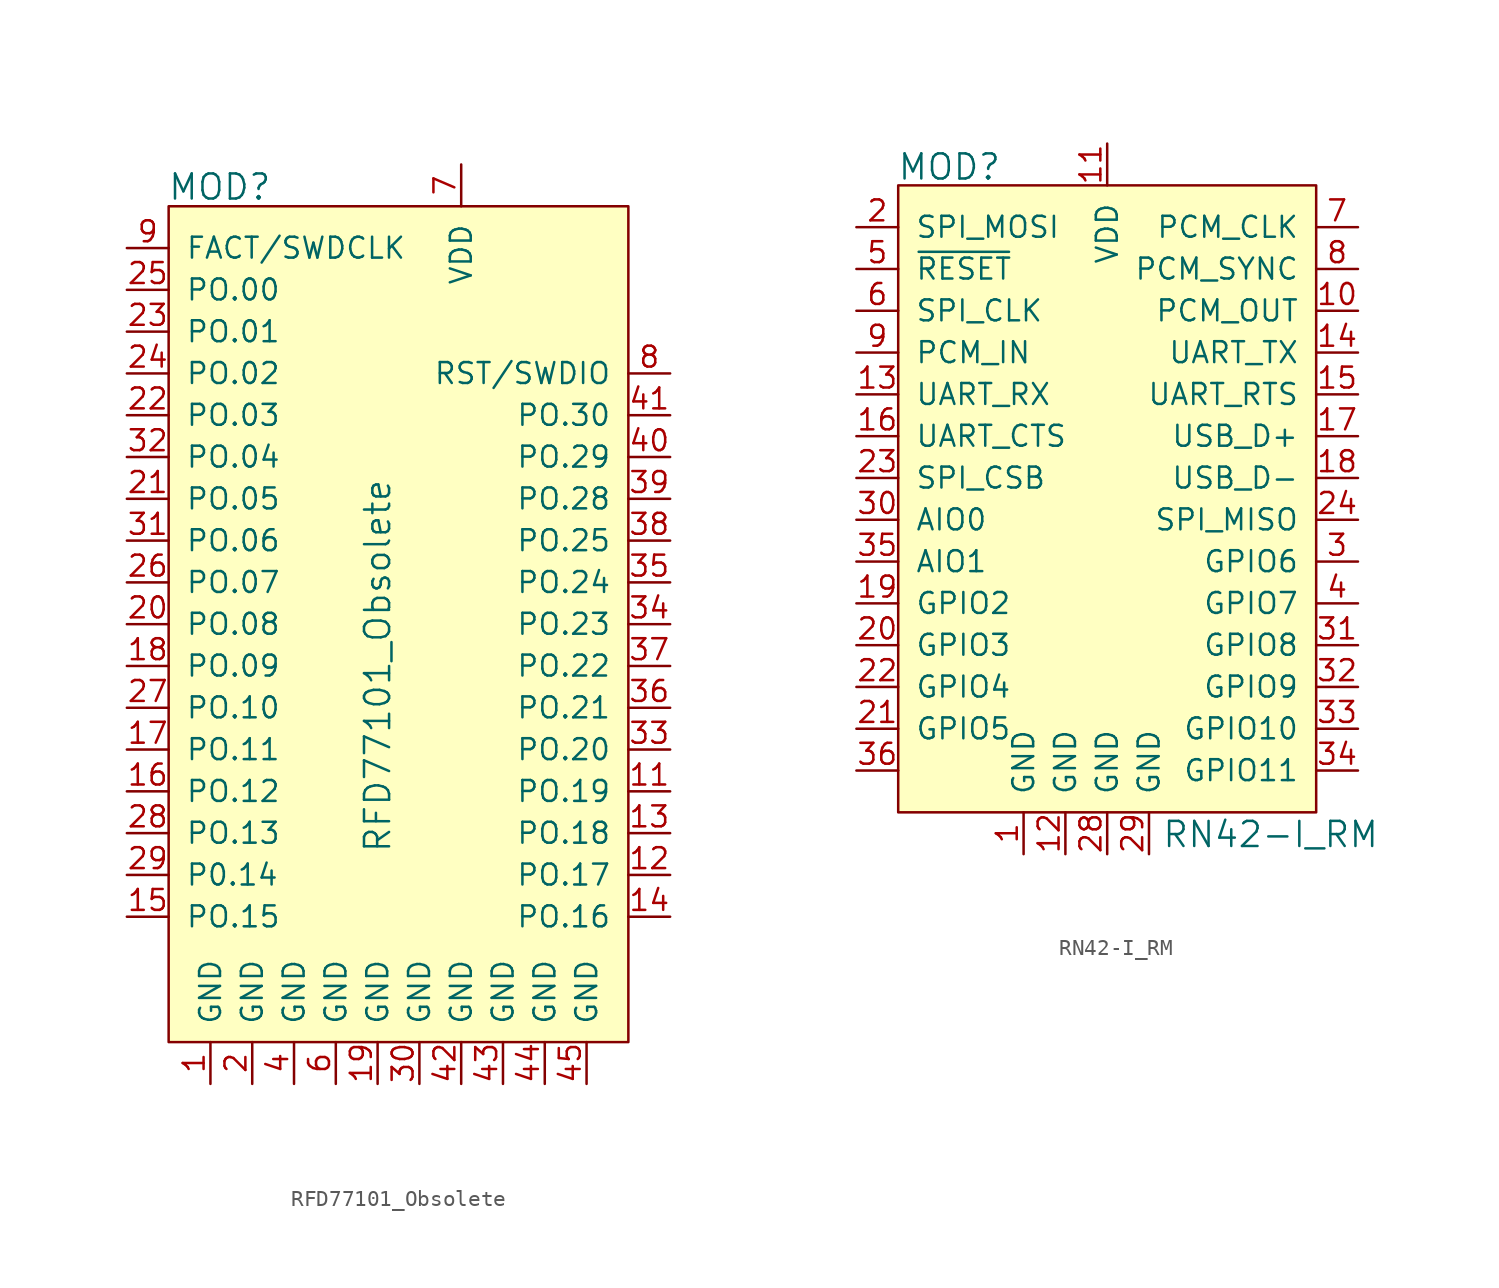
<source format=kicad_sym>
(kicad_symbol_lib
  (version 20231120)
  (generator "kicad_symbol_editor")
  (generator_version "8.0")
  (symbol "RFD77101_Obsolete"
    (pin_names
      (offset 1.016))
    (property "Reference" "MOD"
      (at -15.316 16.408 0)
      (effects (font (size 1.524 1.524)) (justify left)))
    (property "Value" "RFD77101_Obsolete"
      (at -2.54 -12.7 90)
      (effects (font (size 1.524 1.524))))
    (symbol "RFD77101_Obsolete_1_0"
      (pin bidirectional line (at -17.78 -25.4 0) (length 2.54) (name "P0.14" (effects (font (size 1.27 1.27)))) (number "29" (effects (font (size 1.27 1.27))))))
    (symbol "RFD77101_Obsolete_1_1"
      (rectangle (start -15.24 15.24) (end 12.7 -35.56) (stroke (width 0) (type solid)) (fill (type background)))
      (pin power_in line (at -12.7 -38.1 90) (length 2.54) (name "GND" (effects (font (size 1.27 1.27)))) (number "1" (effects (font (size 1.27 1.27)))))
      (pin no_connect line (at 15.24 12.7 180) (length 2.54) hide (name "DNC" (effects (font (size 1.27 1.27)))) (number "10" (effects (font (size 1.27 1.27)))))
      (pin bidirectional line (at 15.24 -20.32 180) (length 2.54) (name "PO.19" (effects (font (size 1.27 1.27)))) (number "11" (effects (font (size 1.27 1.27)))))
      (pin bidirectional line (at 15.24 -25.4 180) (length 2.54) (name "PO.17" (effects (font (size 1.27 1.27)))) (number "12" (effects (font (size 1.27 1.27)))))
      (pin bidirectional line (at 15.24 -22.86 180) (length 2.54) (name "PO.18" (effects (font (size 1.27 1.27)))) (number "13" (effects (font (size 1.27 1.27)))))
      (pin bidirectional line (at 15.24 -27.94 180) (length 2.54) (name "PO.16" (effects (font (size 1.27 1.27)))) (number "14" (effects (font (size 1.27 1.27)))))
      (pin bidirectional line (at -17.78 -27.94 0) (length 2.54) (name "PO.15" (effects (font (size 1.27 1.27)))) (number "15" (effects (font (size 1.27 1.27)))))
      (pin bidirectional line (at -17.78 -20.32 0) (length 2.54) (name "PO.12" (effects (font (size 1.27 1.27)))) (number "16" (effects (font (size 1.27 1.27)))))
      (pin bidirectional line (at -17.78 -17.78 0) (length 2.54) (name "PO.11" (effects (font (size 1.27 1.27)))) (number "17" (effects (font (size 1.27 1.27)))))
      (pin bidirectional line (at -17.78 -12.7 0) (length 2.54) (name "PO.09" (effects (font (size 1.27 1.27)))) (number "18" (effects (font (size 1.27 1.27)))))
      (pin power_in line (at -2.54 -38.1 90) (length 2.54) (name "GND" (effects (font (size 1.27 1.27)))) (number "19" (effects (font (size 1.27 1.27)))))
      (pin power_in line (at -10.16 -38.1 90) (length 2.54) (name "GND" (effects (font (size 1.27 1.27)))) (number "2" (effects (font (size 1.27 1.27)))))
      (pin bidirectional line (at -17.78 -10.16 0) (length 2.54) (name "PO.08" (effects (font (size 1.27 1.27)))) (number "20" (effects (font (size 1.27 1.27)))))
      (pin bidirectional line (at -17.78 -2.54 0) (length 2.54) (name "PO.05" (effects (font (size 1.27 1.27)))) (number "21" (effects (font (size 1.27 1.27)))))
      (pin bidirectional line (at -17.78 2.54 0) (length 2.54) (name "PO.03" (effects (font (size 1.27 1.27)))) (number "22" (effects (font (size 1.27 1.27)))))
      (pin bidirectional line (at -17.78 7.62 0) (length 2.54) (name "PO.01" (effects (font (size 1.27 1.27)))) (number "23" (effects (font (size 1.27 1.27)))))
      (pin bidirectional line (at -17.78 5.08 0) (length 2.54) (name "PO.02" (effects (font (size 1.27 1.27)))) (number "24" (effects (font (size 1.27 1.27)))))
      (pin bidirectional line (at -17.78 10.16 0) (length 2.54) (name "PO.00" (effects (font (size 1.27 1.27)))) (number "25" (effects (font (size 1.27 1.27)))))
      (pin bidirectional line (at -17.78 -7.62 0) (length 2.54) (name "PO.07" (effects (font (size 1.27 1.27)))) (number "26" (effects (font (size 1.27 1.27)))))
      (pin bidirectional line (at -17.78 -15.24 0) (length 2.54) (name "PO.10" (effects (font (size 1.27 1.27)))) (number "27" (effects (font (size 1.27 1.27)))))
      (pin bidirectional line (at -17.78 -22.86 0) (length 2.54) (name "PO.13" (effects (font (size 1.27 1.27)))) (number "28" (effects (font (size 1.27 1.27)))))
      (pin no_connect line (at 15.24 7.62 180) (length 2.54) hide (name "DNC" (effects (font (size 1.27 1.27)))) (number "3" (effects (font (size 1.27 1.27)))))
      (pin power_in line (at 0 -38.1 90) (length 2.54) (name "GND" (effects (font (size 1.27 1.27)))) (number "30" (effects (font (size 1.27 1.27)))))
      (pin bidirectional line (at -17.78 -5.08 0) (length 2.54) (name "PO.06" (effects (font (size 1.27 1.27)))) (number "31" (effects (font (size 1.27 1.27)))))
      (pin bidirectional line (at -17.78 0 0) (length 2.54) (name "PO.04" (effects (font (size 1.27 1.27)))) (number "32" (effects (font (size 1.27 1.27)))))
      (pin bidirectional line (at 15.24 -17.78 180) (length 2.54) (name "PO.20" (effects (font (size 1.27 1.27)))) (number "33" (effects (font (size 1.27 1.27)))))
      (pin bidirectional line (at 15.24 -10.16 180) (length 2.54) (name "PO.23" (effects (font (size 1.27 1.27)))) (number "34" (effects (font (size 1.27 1.27)))))
      (pin bidirectional line (at 15.24 -7.62 180) (length 2.54) (name "PO.24" (effects (font (size 1.27 1.27)))) (number "35" (effects (font (size 1.27 1.27)))))
      (pin bidirectional line (at 15.24 -15.24 180) (length 2.54) (name "PO.21" (effects (font (size 1.27 1.27)))) (number "36" (effects (font (size 1.27 1.27)))))
      (pin bidirectional line (at 15.24 -12.7 180) (length 2.54) (name "PO.22" (effects (font (size 1.27 1.27)))) (number "37" (effects (font (size 1.27 1.27)))))
      (pin bidirectional line (at 15.24 -5.08 180) (length 2.54) (name "PO.25" (effects (font (size 1.27 1.27)))) (number "38" (effects (font (size 1.27 1.27)))))
      (pin bidirectional line (at 15.24 -2.54 180) (length 2.54) (name "PO.28" (effects (font (size 1.27 1.27)))) (number "39" (effects (font (size 1.27 1.27)))))
      (pin power_in line (at -7.62 -38.1 90) (length 2.54) (name "GND" (effects (font (size 1.27 1.27)))) (number "4" (effects (font (size 1.27 1.27)))))
      (pin bidirectional line (at 15.24 0 180) (length 2.54) (name "PO.29" (effects (font (size 1.27 1.27)))) (number "40" (effects (font (size 1.27 1.27)))))
      (pin bidirectional line (at 15.24 2.54 180) (length 2.54) (name "PO.30" (effects (font (size 1.27 1.27)))) (number "41" (effects (font (size 1.27 1.27)))))
      (pin power_in line (at 2.54 -38.1 90) (length 2.54) (name "GND" (effects (font (size 1.27 1.27)))) (number "42" (effects (font (size 1.27 1.27)))))
      (pin power_in line (at 5.08 -38.1 90) (length 2.54) (name "GND" (effects (font (size 1.27 1.27)))) (number "43" (effects (font (size 1.27 1.27)))))
      (pin power_in line (at 7.62 -38.1 90) (length 2.54) (name "GND" (effects (font (size 1.27 1.27)))) (number "44" (effects (font (size 1.27 1.27)))))
      (pin power_in line (at 10.16 -38.1 90) (length 2.54) (name "GND" (effects (font (size 1.27 1.27)))) (number "45" (effects (font (size 1.27 1.27)))))
      (pin no_connect line (at 15.24 10.16 180) (length 2.54) hide (name "DNC" (effects (font (size 1.27 1.27)))) (number "5" (effects (font (size 1.27 1.27)))))
      (pin power_in line (at -5.08 -38.1 90) (length 2.54) (name "GND" (effects (font (size 1.27 1.27)))) (number "6" (effects (font (size 1.27 1.27)))))
      (pin power_in line (at 2.54 17.78 270) (length 2.54) (name "VDD" (effects (font (size 1.27 1.27)))) (number "7" (effects (font (size 1.27 1.27)))))
      (pin bidirectional line (at 15.24 5.08 180) (length 2.54) (name "RST/SWDIO" (effects (font (size 1.27 1.27)))) (number "8" (effects (font (size 1.27 1.27)))))
      (pin input line (at -17.78 12.7 0) (length 2.54) (name "FACT/SWDCLK" (effects (font (size 1.27 1.27)))) (number "9" (effects (font (size 1.27 1.27)))))))
  (symbol "RN42-I_RM"
    (pin_names
      (offset 1.016))
    (property "Reference" "MOD"
      (at -12.776 29.058 0)
      (effects (font (size 1.524 1.524)) (justify left)))
    (property "Value" "RN42-I_RM"
      (at 3.302 -11.506 0)
      (effects (font (size 1.524 1.524)) (justify left)))
    (symbol "RN42-I_RM_0_1"
      (rectangle (start -12.7 27.94) (end 12.7 -10.16) (stroke (width 0) (type solid)) (fill (type background))))
    (symbol "RN42-I_RM_1_0"
      (pin unspecified line (at -15.24 -7.62 0) (length 2.54) (name "~" (effects (font (size 1.27 1.27)))) (number "36" (effects (font (size 1.27 1.27))))))
    (symbol "RN42-I_RM_1_1"
      (pin power_in line (at -5.08 -12.7 90) (length 2.54) (name "GND" (effects (font (size 1.27 1.27)))) (number "1" (effects (font (size 1.27 1.27)))))
      (pin output line (at 15.24 20.32 180) (length 2.54) (name "PCM_OUT" (effects (font (size 1.27 1.27)))) (number "10" (effects (font (size 1.27 1.27)))))
      (pin power_in line (at 0 30.48 270) (length 2.54) (name "VDD" (effects (font (size 1.27 1.27)))) (number "11" (effects (font (size 1.27 1.27)))))
      (pin power_in line (at -2.54 -12.7 90) (length 2.54) (name "GND" (effects (font (size 1.27 1.27)))) (number "12" (effects (font (size 1.27 1.27)))))
      (pin input line (at -15.24 15.24 0) (length 2.54) (name "UART_RX" (effects (font (size 1.27 1.27)))) (number "13" (effects (font (size 1.27 1.27)))))
      (pin output line (at 15.24 17.78 180) (length 2.54) (name "UART_TX" (effects (font (size 1.27 1.27)))) (number "14" (effects (font (size 1.27 1.27)))))
      (pin output line (at 15.24 15.24 180) (length 2.54) (name "UART_RTS" (effects (font (size 1.27 1.27)))) (number "15" (effects (font (size 1.27 1.27)))))
      (pin input line (at -15.24 12.7 0) (length 2.54) (name "UART_CTS" (effects (font (size 1.27 1.27)))) (number "16" (effects (font (size 1.27 1.27)))))
      (pin bidirectional line (at 15.24 12.7 180) (length 2.54) (name "USB_D+" (effects (font (size 1.27 1.27)))) (number "17" (effects (font (size 1.27 1.27)))))
      (pin bidirectional line (at 15.24 10.16 180) (length 2.54) (name "USB_D-" (effects (font (size 1.27 1.27)))) (number "18" (effects (font (size 1.27 1.27)))))
      (pin bidirectional line (at -15.24 2.54 0) (length 2.54) (name "GPIO2" (effects (font (size 1.27 1.27)))) (number "19" (effects (font (size 1.27 1.27)))))
      (pin input line (at -15.24 25.4 0) (length 2.54) (name "SPI_MOSI" (effects (font (size 1.27 1.27)))) (number "2" (effects (font (size 1.27 1.27)))))
      (pin bidirectional line (at -15.24 0 0) (length 2.54) (name "GPIO3" (effects (font (size 1.27 1.27)))) (number "20" (effects (font (size 1.27 1.27)))))
      (pin bidirectional line (at -15.24 -5.08 0) (length 2.54) (name "GPIO5" (effects (font (size 1.27 1.27)))) (number "21" (effects (font (size 1.27 1.27)))))
      (pin bidirectional line (at -15.24 -2.54 0) (length 2.54) (name "GPIO4" (effects (font (size 1.27 1.27)))) (number "22" (effects (font (size 1.27 1.27)))))
      (pin bidirectional line (at -15.24 10.16 0) (length 2.54) (name "SPI_CSB" (effects (font (size 1.27 1.27)))) (number "23" (effects (font (size 1.27 1.27)))))
      (pin bidirectional line (at 15.24 7.62 180) (length 2.54) (name "SPI_MISO" (effects (font (size 1.27 1.27)))) (number "24" (effects (font (size 1.27 1.27)))))
      (pin power_in line (at 0 -12.7 90) (length 2.54) (name "GND" (effects (font (size 1.27 1.27)))) (number "28" (effects (font (size 1.27 1.27)))))
      (pin power_in line (at 2.54 -12.7 90) (length 2.54) (name "GND" (effects (font (size 1.27 1.27)))) (number "29" (effects (font (size 1.27 1.27)))))
      (pin input line (at 15.24 5.08 180) (length 2.54) (name "GPIO6" (effects (font (size 1.27 1.27)))) (number "3" (effects (font (size 1.27 1.27)))))
      (pin input line (at -15.24 7.62 0) (length 2.54) (name "AIO0" (effects (font (size 1.27 1.27)))) (number "30" (effects (font (size 1.27 1.27)))))
      (pin output line (at 15.24 0 180) (length 2.54) (name "GPIO8" (effects (font (size 1.27 1.27)))) (number "31" (effects (font (size 1.27 1.27)))))
      (pin bidirectional line (at 15.24 -2.54 180) (length 2.54) (name "GPIO9" (effects (font (size 1.27 1.27)))) (number "32" (effects (font (size 1.27 1.27)))))
      (pin bidirectional line (at 15.24 -5.08 180) (length 2.54) (name "GPIO10" (effects (font (size 1.27 1.27)))) (number "33" (effects (font (size 1.27 1.27)))))
      (pin bidirectional line (at 15.24 -7.62 180) (length 2.54) (name "GPIO11" (effects (font (size 1.27 1.27)))) (number "34" (effects (font (size 1.27 1.27)))))
      (pin input line (at -15.24 5.08 0) (length 2.54) (name "AIO1" (effects (font (size 1.27 1.27)))) (number "35" (effects (font (size 1.27 1.27)))))
      (pin bidirectional line (at 15.24 2.54 180) (length 2.54) (name "GPIO7" (effects (font (size 1.27 1.27)))) (number "4" (effects (font (size 1.27 1.27)))))
      (pin input line (at -15.24 22.86 0) (length 2.54) (name "~{RESET}" (effects (font (size 1.27 1.27)))) (number "5" (effects (font (size 1.27 1.27)))))
      (pin input line (at -15.24 20.32 0) (length 2.54) (name "SPI_CLK" (effects (font (size 1.27 1.27)))) (number "6" (effects (font (size 1.27 1.27)))))
      (pin bidirectional line (at 15.24 25.4 180) (length 2.54) (name "PCM_CLK" (effects (font (size 1.27 1.27)))) (number "7" (effects (font (size 1.27 1.27)))))
      (pin bidirectional line (at 15.24 22.86 180) (length 2.54) (name "PCM_SYNC" (effects (font (size 1.27 1.27)))) (number "8" (effects (font (size 1.27 1.27)))))
      (pin input line (at -15.24 17.78 0) (length 2.54) (name "PCM_IN" (effects (font (size 1.27 1.27)))) (number "9" (effects (font (size 1.27 1.27))))))))
</source>
